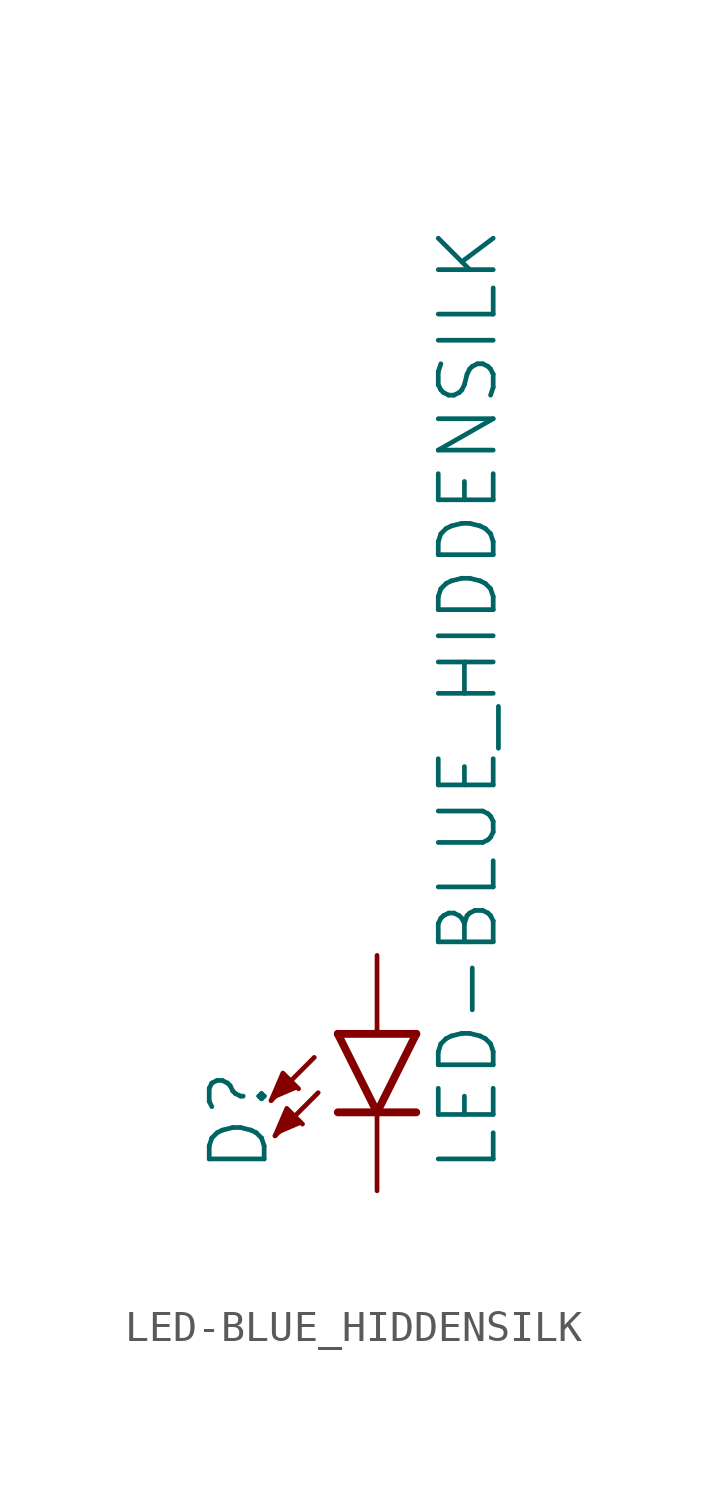
<source format=kicad_sym>
(kicad_symbol_lib
  (version 20211014)
  (generator kicad_symbol_editor)
  (symbol "LED-BLUE_HIDDENSILK"
    (property "Reference" "D"
      (at -3.429 -4.572 90)
      (effects (font (size 1.778 1.778)) (justify left bottom)))
    (property "Value" "LED-BLUE_HIDDENSILK"
      (at 1.905 -4.572 90)
      (effects (font (size 1.778 1.778)) (justify left top)))
    (property "ki_locked" ""
      (at 0 0 0)
      (effects (font (size 1.27 1.27))))
    (symbol "LED-BLUE_HIDDENSILK_1_0"
      (polyline (pts (xy -2.032 -0.762) (xy -3.429 -2.159)) (stroke (width 0.152) (type default) (color 0 0 0 0)) (fill (type none)))
      (polyline (pts (xy -1.905 -1.905) (xy -3.302 -3.302)) (stroke (width 0.152) (type default) (color 0 0 0 0)) (fill (type none)))
      (polyline (pts (xy 0 -2.54) (xy -1.27 -2.54)) (stroke (width 0.254) (type default) (color 0 0 0 0)) (fill (type none)))
      (polyline (pts (xy 0 -2.54) (xy -1.27 0)) (stroke (width 0.254) (type default) (color 0 0 0 0)) (fill (type none)))
      (polyline (pts (xy 1.27 -2.54) (xy 0 -2.54)) (stroke (width 0.254) (type default) (color 0 0 0 0)) (fill (type none)))
      (polyline (pts (xy 1.27 0) (xy -1.27 0)) (stroke (width 0.254) (type default) (color 0 0 0 0)) (fill (type none)))
      (polyline (pts (xy 1.27 0) (xy 0 -2.54)) (stroke (width 0.254) (type default) (color 0 0 0 0)) (fill (type none)))
      (polyline (pts (xy -3.429 -2.159) (xy -3.048 -1.27) (xy -2.54 -1.778)) (stroke (width 0) (type default) (color 0 0 0 0)) (fill (type outline)))
      (polyline (pts (xy -3.302 -3.302) (xy -2.921 -2.413) (xy -2.413 -2.921)) (stroke (width 0) (type default) (color 0 0 0 0)) (fill (type outline)))
      (pin passive line (at 0 2.54 270) (length 2.54) (name "A" (effects (font (size 0 0)))) (number "A" (effects (font (size 0 0)))))
      (pin passive line (at 0 -5.08 90) (length 2.54) (name "C" (effects (font (size 0 0)))) (number "C" (effects (font (size 0 0))))))))
</source>
